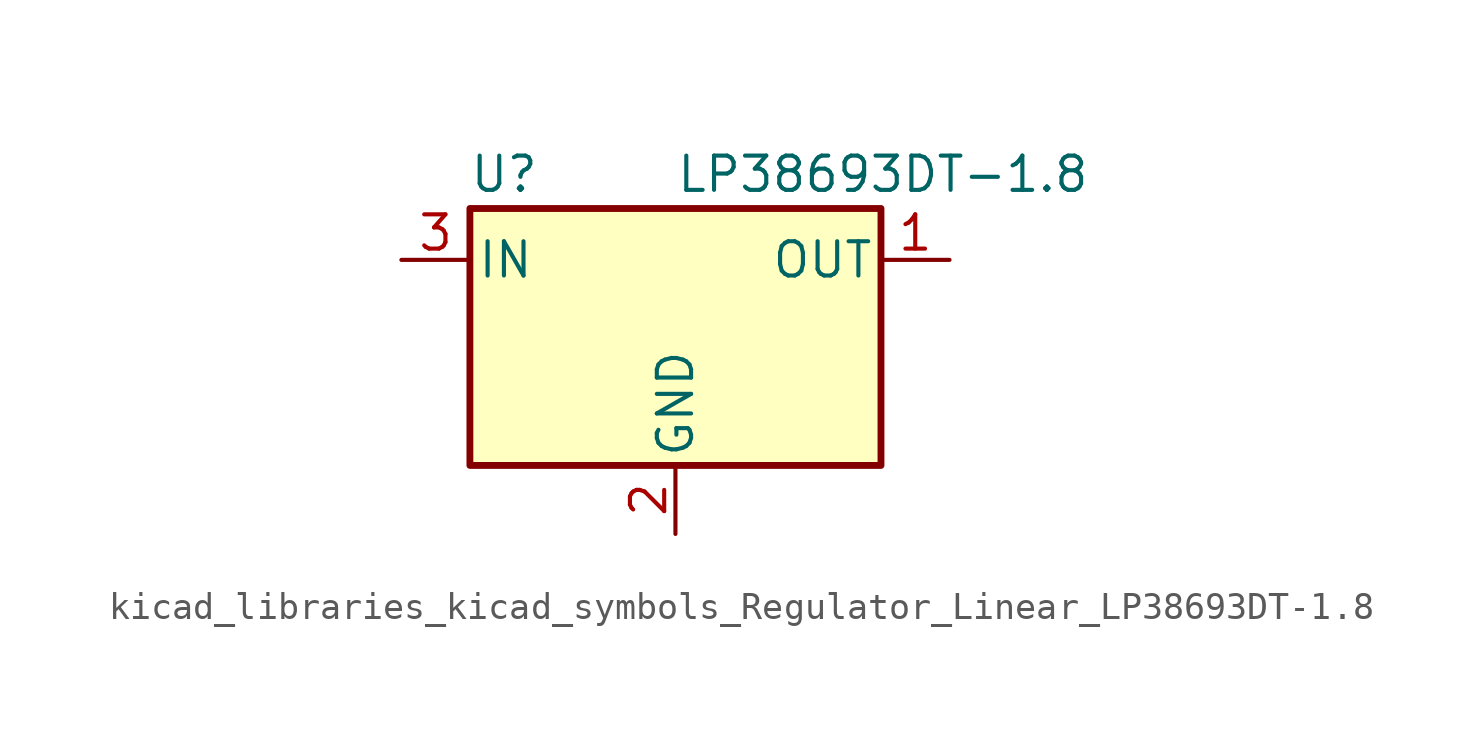
<source format=kicad_sym>
(kicad_symbol_lib
  (version 20220914)
  (generator kicad_symbol_editor)
  (symbol "kicad_libraries_kicad_symbols_Regulator_Linear_LP38693DT-1.8"
    (pin_names
      (offset 0.254))
    (property "Reference" "U"
      (at -6.35 5.715 0)
      (effects (font (size 1.27 1.27))))
    (property "Value" "LP38693DT-1.8"
      (at 0 5.715 0)
      (effects (font (size 1.27 1.27)) (justify left)))
    (symbol "kicad_libraries_kicad_symbols_Regulator_Linear_LP38693DT-1.8_0_1"
      (rectangle (start -7.62 -5.08) (end 7.62 4.445) (stroke (width 0.254) (type default)) (fill (type background))))
    (symbol "kicad_libraries_kicad_symbols_Regulator_Linear_LP38693DT-1.8_1_1"
      (pin power_out line (at 10.16 2.54 180) (length 2.54) (name "OUT" (effects (font (size 1.27 1.27)))) (number "1" (effects (font (size 1.27 1.27)))))
      (pin power_in line (at 0 -7.62 90) (length 2.54) (name "GND" (effects (font (size 1.27 1.27)))) (number "2" (effects (font (size 1.27 1.27)))))
      (pin power_in line (at -10.16 2.54 0) (length 2.54) (name "IN" (effects (font (size 1.27 1.27)))) (number "3" (effects (font (size 1.27 1.27))))))))
</source>
